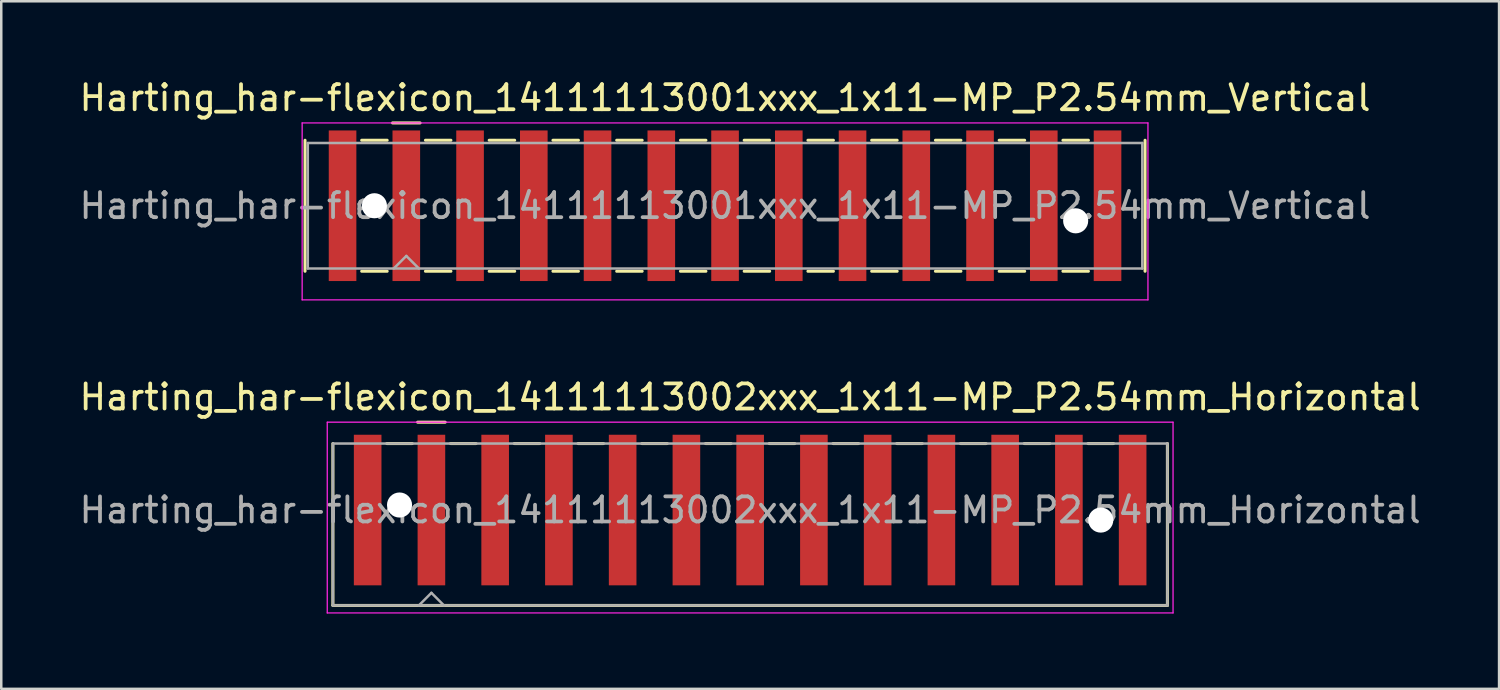
<source format=kicad_pcb>
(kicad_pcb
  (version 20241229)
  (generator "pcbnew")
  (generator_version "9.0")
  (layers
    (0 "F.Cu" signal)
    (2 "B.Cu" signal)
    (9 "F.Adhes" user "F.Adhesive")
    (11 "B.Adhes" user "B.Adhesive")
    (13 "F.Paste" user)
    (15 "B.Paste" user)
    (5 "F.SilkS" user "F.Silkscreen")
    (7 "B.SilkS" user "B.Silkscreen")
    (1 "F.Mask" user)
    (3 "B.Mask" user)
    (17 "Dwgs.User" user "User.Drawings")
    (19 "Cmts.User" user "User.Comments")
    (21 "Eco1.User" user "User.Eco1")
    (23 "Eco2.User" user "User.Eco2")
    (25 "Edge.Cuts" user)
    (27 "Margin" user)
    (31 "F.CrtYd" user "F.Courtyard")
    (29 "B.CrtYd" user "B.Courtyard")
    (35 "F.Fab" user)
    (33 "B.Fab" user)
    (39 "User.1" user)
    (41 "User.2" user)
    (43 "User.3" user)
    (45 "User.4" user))
  (footprint "Harting_har-flexicon_14111113002xxx_1x11-MP_P2.54mm_Horizontal"
    (layer "F.Cu")
    (at 26.839 18.572)
    (property "Reference" "Harting_har-flexicon_14111113002xxx_1x11-MP_P2.54mm_Horizontal" (at 0 -5.8 0) (layer "F.SilkS") (effects (font (size 1 1) (thickness 0.15))))
    (attr smd)
    (fp_line (start -16.625 -3.95) (end -16.625 2.5) (stroke (width 0.12) (type solid)) (layer "F.SilkS"))
    (fp_line (start -14.478 -3.95) (end -13.462 -3.95) (stroke (width 0.12) (type solid)) (layer "F.SilkS"))
    (fp_line (start -13.25 -4.8) (end -12.15 -4.8) (stroke (width 0.12) (type solid)) (layer "F.SilkS"))
    (fp_line (start -11.938 -3.95) (end -10.922 -3.95) (stroke (width 0.12) (type solid)) (layer "F.SilkS"))
    (fp_line (start -9.398 -3.95) (end -8.382 -3.95) (stroke (width 0.12) (type solid)) (layer "F.SilkS"))
    (fp_line (start -6.858 -3.95) (end -5.842 -3.95) (stroke (width 0.12) (type solid)) (layer "F.SilkS"))
    (fp_line (start -4.318 -3.95) (end -3.302 -3.95) (stroke (width 0.12) (type solid)) (layer "F.SilkS"))
    (fp_line (start -1.778 -3.95) (end -0.762 -3.95) (stroke (width 0.12) (type solid)) (layer "F.SilkS"))
    (fp_line (start 0.762 -3.95) (end 1.778 -3.95) (stroke (width 0.12) (type solid)) (layer "F.SilkS"))
    (fp_line (start 3.302 -3.95) (end 4.318 -3.95) (stroke (width 0.12) (type solid)) (layer "F.SilkS"))
    (fp_line (start 5.842 -3.95) (end 6.858 -3.95) (stroke (width 0.12) (type solid)) (layer "F.SilkS"))
    (fp_line (start 8.382 -3.95) (end 9.398 -3.95) (stroke (width 0.12) (type solid)) (layer "F.SilkS"))
    (fp_line (start 10.922 -3.95) (end 11.938 -3.95) (stroke (width 0.12) (type solid)) (layer "F.SilkS"))
    (fp_line (start 13.462 -3.95) (end 14.478 -3.95) (stroke (width 0.12) (type solid)) (layer "F.SilkS"))
    (fp_line (start 16.625 -3.95) (end 16.625 2.5) (stroke (width 0.12) (type solid)) (layer "F.SilkS"))
    (fp_line (start 16.625 2.5) (end -16.625 2.5) (stroke (width 0.12) (type solid)) (layer "F.SilkS"))
    (fp_line (start -16.85 -4.8) (end -16.85 2.8) (stroke (width 0.05) (type solid)) (layer "F.CrtYd"))
    (fp_line (start -16.85 2.8) (end 16.85 2.8) (stroke (width 0.05) (type solid)) (layer "F.CrtYd"))
    (fp_line (start 16.85 -4.8) (end -16.85 -4.8) (stroke (width 0.05) (type solid)) (layer "F.CrtYd"))
    (fp_line (start 16.85 2.8) (end 16.85 -4.8) (stroke (width 0.05) (type solid)) (layer "F.CrtYd"))
    (fp_line (start -16.625 -3.95) (end -16.625 2.5) (stroke (width 0.1) (type solid)) (layer "F.Fab"))
    (fp_line (start -16.625 2.5) (end 16.625 2.5) (stroke (width 0.1) (type solid)) (layer "F.Fab"))
    (fp_line (start -13.2 2.5) (end -12.7 2) (stroke (width 0.1) (type solid)) (layer "F.Fab"))
    (fp_line (start -12.7 2) (end -12.2 2.5) (stroke (width 0.1) (type solid)) (layer "F.Fab"))
    (fp_line (start 16.625 -3.95) (end -16.625 -3.95) (stroke (width 0.1) (type solid)) (layer "F.Fab"))
    (fp_line (start 16.625 2.5) (end 16.625 -3.95) (stroke (width 0.1) (type solid)) (layer "F.Fab"))
    (fp_text user "${REFERENCE}" (at 0 -1.3 0) (layer "F.Fab") (effects (font (size 1 1) (thickness 0.15))))
    (pad "" np_thru_hole circle (at -13.97 -1.5) (size 1 1) (drill 1) (layers "*.Cu" "*.Mask"))
    (pad "" np_thru_hole circle (at 13.97 -0.9) (size 1 1) (drill 1) (layers "*.Cu" "*.Mask"))
    (pad "1" smd rect (at -12.7 -1.3) (size 1.1 6) (layers "F.Cu" "F.Mask" "F.Paste"))
    (pad "2" smd rect (at -10.16 -1.3) (size 1.1 6) (layers "F.Cu" "F.Mask" "F.Paste"))
    (pad "3" smd rect (at -7.62 -1.3) (size 1.1 6) (layers "F.Cu" "F.Mask" "F.Paste"))
    (pad "4" smd rect (at -5.08 -1.3) (size 1.1 6) (layers "F.Cu" "F.Mask" "F.Paste"))
    (pad "5" smd rect (at -2.54 -1.3) (size 1.1 6) (layers "F.Cu" "F.Mask" "F.Paste"))
    (pad "6" smd rect (at 0 -1.3) (size 1.1 6) (layers "F.Cu" "F.Mask" "F.Paste"))
    (pad "7" smd rect (at 2.54 -1.3) (size 1.1 6) (layers "F.Cu" "F.Mask" "F.Paste"))
    (pad "8" smd rect (at 5.08 -1.3) (size 1.1 6) (layers "F.Cu" "F.Mask" "F.Paste"))
    (pad "9" smd rect (at 7.62 -1.3) (size 1.1 6) (layers "F.Cu" "F.Mask" "F.Paste"))
    (pad "10" smd rect (at 10.16 -1.3) (size 1.1 6) (layers "F.Cu" "F.Mask" "F.Paste"))
    (pad "11" smd rect (at 12.7 -1.3) (size 1.1 6) (layers "F.Cu" "F.Mask" "F.Paste"))
    (pad "MP" smd rect (at -15.24 -1.3) (size 1.1 6) (layers "F.Cu" "F.Mask" "F.Paste"))
    (pad "MP" smd rect (at 15.24 -1.3) (size 1.1 6) (layers "F.Cu" "F.Mask" "F.Paste")))
  (footprint "Harting_har-flexicon_14111113001xxx_1x11-MP_P2.54mm_Vertical"
    (layer "F.Cu")
    (at 25.839 5.148)
    (property "Reference" "Harting_har-flexicon_14111113001xxx_1x11-MP_P2.54mm_Vertical" (at 0 -4.3 0) (layer "F.SilkS") (effects (font (size 1 1) (thickness 0.15))))
    (attr smd)
    (fp_line (start -16.735 -2.61) (end -16.735 2.61) (stroke (width 0.12) (type solid)) (layer "F.SilkS"))
    (fp_line (start -14.478 -2.61) (end -13.462 -2.61) (stroke (width 0.12) (type solid)) (layer "F.SilkS"))
    (fp_line (start -14.478 2.61) (end -13.462 2.61) (stroke (width 0.12) (type solid)) (layer "F.SilkS"))
    (fp_line (start -13.25 -3.3) (end -12.15 -3.3) (stroke (width 0.12) (type solid)) (layer "F.SilkS"))
    (fp_line (start -11.938 -2.61) (end -10.922 -2.61) (stroke (width 0.12) (type solid)) (layer "F.SilkS"))
    (fp_line (start -11.938 2.61) (end -10.922 2.61) (stroke (width 0.12) (type solid)) (layer "F.SilkS"))
    (fp_line (start -9.398 -2.61) (end -8.382 -2.61) (stroke (width 0.12) (type solid)) (layer "F.SilkS"))
    (fp_line (start -9.398 2.61) (end -8.382 2.61) (stroke (width 0.12) (type solid)) (layer "F.SilkS"))
    (fp_line (start -6.858 -2.61) (end -5.842 -2.61) (stroke (width 0.12) (type solid)) (layer "F.SilkS"))
    (fp_line (start -6.858 2.61) (end -5.842 2.61) (stroke (width 0.12) (type solid)) (layer "F.SilkS"))
    (fp_line (start -4.318 -2.61) (end -3.302 -2.61) (stroke (width 0.12) (type solid)) (layer "F.SilkS"))
    (fp_line (start -4.318 2.61) (end -3.302 2.61) (stroke (width 0.12) (type solid)) (layer "F.SilkS"))
    (fp_line (start -1.778 -2.61) (end -0.762 -2.61) (stroke (width 0.12) (type solid)) (layer "F.SilkS"))
    (fp_line (start -1.778 2.61) (end -0.762 2.61) (stroke (width 0.12) (type solid)) (layer "F.SilkS"))
    (fp_line (start 0.762 -2.61) (end 1.778 -2.61) (stroke (width 0.12) (type solid)) (layer "F.SilkS"))
    (fp_line (start 0.762 2.61) (end 1.778 2.61) (stroke (width 0.12) (type solid)) (layer "F.SilkS"))
    (fp_line (start 3.302 -2.61) (end 4.318 -2.61) (stroke (width 0.12) (type solid)) (layer "F.SilkS"))
    (fp_line (start 3.302 2.61) (end 4.318 2.61) (stroke (width 0.12) (type solid)) (layer "F.SilkS"))
    (fp_line (start 5.842 -2.61) (end 6.858 -2.61) (stroke (width 0.12) (type solid)) (layer "F.SilkS"))
    (fp_line (start 5.842 2.61) (end 6.858 2.61) (stroke (width 0.12) (type solid)) (layer "F.SilkS"))
    (fp_line (start 8.382 -2.61) (end 9.398 -2.61) (stroke (width 0.12) (type solid)) (layer "F.SilkS"))
    (fp_line (start 8.382 2.61) (end 9.398 2.61) (stroke (width 0.12) (type solid)) (layer "F.SilkS"))
    (fp_line (start 10.922 -2.61) (end 11.938 -2.61) (stroke (width 0.12) (type solid)) (layer "F.SilkS"))
    (fp_line (start 10.922 2.61) (end 11.938 2.61) (stroke (width 0.12) (type solid)) (layer "F.SilkS"))
    (fp_line (start 13.462 -2.61) (end 14.478 -2.61) (stroke (width 0.12) (type solid)) (layer "F.SilkS"))
    (fp_line (start 13.462 2.61) (end 14.478 2.61) (stroke (width 0.12) (type solid)) (layer "F.SilkS"))
    (fp_line (start 16.735 -2.61) (end 16.735 2.61) (stroke (width 0.12) (type solid)) (layer "F.SilkS"))
    (fp_line (start -16.85 -3.3) (end -16.85 3.75) (stroke (width 0.05) (type solid)) (layer "F.CrtYd"))
    (fp_line (start -16.85 3.75) (end 16.85 3.75) (stroke (width 0.05) (type solid)) (layer "F.CrtYd"))
    (fp_line (start 16.85 -3.3) (end -16.85 -3.3) (stroke (width 0.05) (type solid)) (layer "F.CrtYd"))
    (fp_line (start 16.85 3.75) (end 16.85 -3.3) (stroke (width 0.05) (type solid)) (layer "F.CrtYd"))
    (fp_line (start -16.625 -2.5) (end -16.625 2.5) (stroke (width 0.1) (type solid)) (layer "F.Fab"))
    (fp_line (start -16.625 2.5) (end 16.625 2.5) (stroke (width 0.1) (type solid)) (layer "F.Fab"))
    (fp_line (start -13.2 2.5) (end -12.7 2) (stroke (width 0.1) (type solid)) (layer "F.Fab"))
    (fp_line (start -12.7 2) (end -12.2 2.5) (stroke (width 0.1) (type solid)) (layer "F.Fab"))
    (fp_line (start 16.625 -2.5) (end -16.625 -2.5) (stroke (width 0.1) (type solid)) (layer "F.Fab"))
    (fp_line (start 16.625 2.5) (end 16.625 -2.5) (stroke (width 0.1) (type solid)) (layer "F.Fab"))
    (fp_text user "${REFERENCE}" (at 0 0 0) (layer "F.Fab") (effects (font (size 1 1) (thickness 0.15))))
    (pad "" np_thru_hole circle (at -13.97 0) (size 1 1) (drill 1) (layers "*.Cu" "*.Mask"))
    (pad "" np_thru_hole circle (at 13.97 0.6) (size 1 1) (drill 1) (layers "*.Cu" "*.Mask"))
    (pad "1" smd rect (at -12.7 0) (size 1.1 6) (layers "F.Cu" "F.Mask" "F.Paste"))
    (pad "2" smd rect (at -10.16 0) (size 1.1 6) (layers "F.Cu" "F.Mask" "F.Paste"))
    (pad "3" smd rect (at -7.62 0) (size 1.1 6) (layers "F.Cu" "F.Mask" "F.Paste"))
    (pad "4" smd rect (at -5.08 0) (size 1.1 6) (layers "F.Cu" "F.Mask" "F.Paste"))
    (pad "5" smd rect (at -2.54 0) (size 1.1 6) (layers "F.Cu" "F.Mask" "F.Paste"))
    (pad "6" smd rect (at 0 0) (size 1.1 6) (layers "F.Cu" "F.Mask" "F.Paste"))
    (pad "7" smd rect (at 2.54 0) (size 1.1 6) (layers "F.Cu" "F.Mask" "F.Paste"))
    (pad "8" smd rect (at 5.08 0) (size 1.1 6) (layers "F.Cu" "F.Mask" "F.Paste"))
    (pad "9" smd rect (at 7.62 0) (size 1.1 6) (layers "F.Cu" "F.Mask" "F.Paste"))
    (pad "10" smd rect (at 10.16 0) (size 1.1 6) (layers "F.Cu" "F.Mask" "F.Paste"))
    (pad "11" smd rect (at 12.7 0) (size 1.1 6) (layers "F.Cu" "F.Mask" "F.Paste"))
    (pad "MP" smd rect (at -15.24 0) (size 1.1 6) (layers "F.Cu" "F.Mask" "F.Paste"))
    (pad "MP" smd rect (at 15.24 0) (size 1.1 6) (layers "F.Cu" "F.Mask" "F.Paste")))
  (gr_rect
    (start -3 -3)
    (end 56.679 24.396)
    (stroke (width 0.1) (type default))
    (fill no)
    (layer "Edge.Cuts")))
</source>
